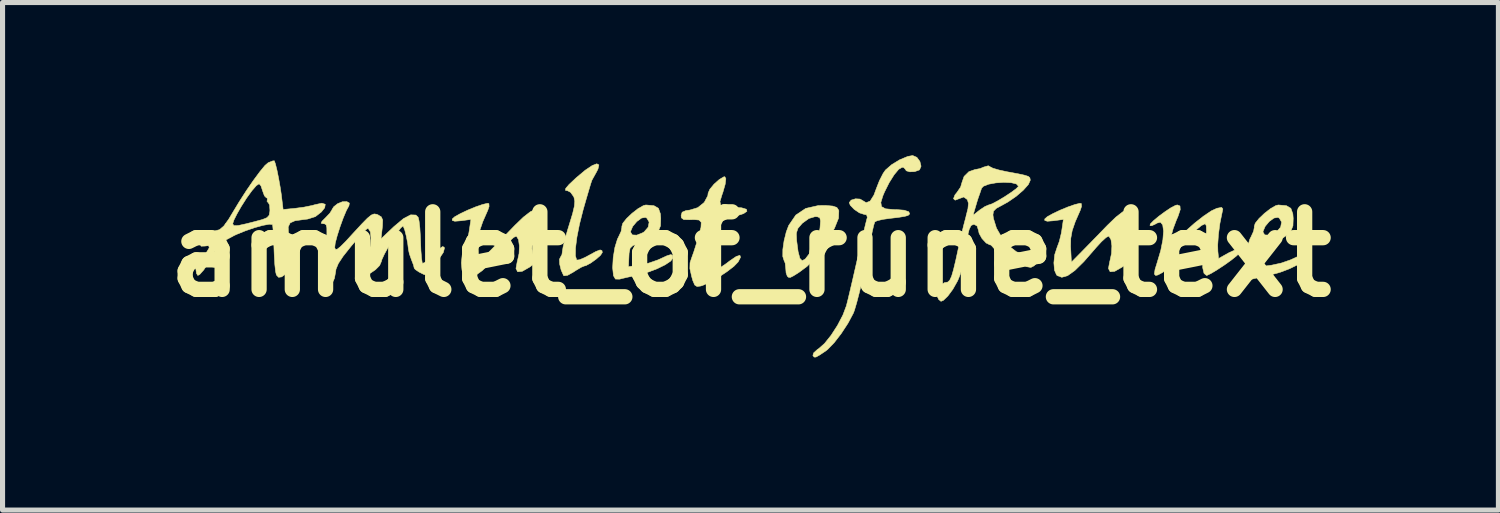
<source format=kicad_pcb>
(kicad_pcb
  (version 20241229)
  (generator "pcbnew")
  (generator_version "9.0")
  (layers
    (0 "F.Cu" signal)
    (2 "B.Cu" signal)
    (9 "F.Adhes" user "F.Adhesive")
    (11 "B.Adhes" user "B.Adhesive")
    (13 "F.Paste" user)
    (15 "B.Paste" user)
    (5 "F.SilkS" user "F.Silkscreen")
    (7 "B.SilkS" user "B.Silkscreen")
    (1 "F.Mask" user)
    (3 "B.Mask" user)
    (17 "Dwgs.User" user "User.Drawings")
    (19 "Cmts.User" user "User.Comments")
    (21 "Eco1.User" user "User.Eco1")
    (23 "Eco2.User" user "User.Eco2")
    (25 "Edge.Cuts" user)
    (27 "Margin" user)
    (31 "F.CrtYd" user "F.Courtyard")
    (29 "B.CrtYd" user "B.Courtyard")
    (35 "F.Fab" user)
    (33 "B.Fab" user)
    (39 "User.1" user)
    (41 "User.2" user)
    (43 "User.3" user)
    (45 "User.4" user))
  (footprint "amulet_of_rune_text"
    (layer "F.Cu")
    (at 11.691 1.945)
    (property "Reference" "amulet_of_rune_text" (at 0 0 0) (layer "F.SilkS") (effects (font (size 1.524 1.524) (thickness 0.3))))
    (attr through_hole)
    (fp_poly (pts (xy 1.618 -0.947) (xy 1.697 -0.92) (xy 1.732 -0.867) (xy 1.736 -0.854) (xy 1.73 -0.709) (xy 1.652 -0.515) (xy 1.623 -0.462) (xy 1.576 -0.376) (xy 1.511 -0.255) (xy 1.499 -0.231) (xy 1.333 0.014) (xy 1.111 0.238) (xy 0.959 0.351) (xy 0.844 0.424) (xy 0.782 0.455) (xy 0.748 0.452) (xy 0.724 0.431) (xy 0.7 0.366) (xy 0.693 0.277) (xy 0.682 0.174) (xy 0.66 0.122) (xy 0.635 0.043) (xy 0.636 -0.095) (xy 0.66 -0.264) (xy 0.697 -0.413) (xy 0.901 -0.413) (xy 0.907 -0.274) (xy 0.907 -0.273) (xy 0.936 -0.052) (xy 0.971 0.08) (xy 1.016 0.126) (xy 1.078 0.091) (xy 1.165 -0.023) (xy 1.216 -0.104) (xy 1.309 -0.296) (xy 1.363 -0.495) (xy 1.367 -0.527) (xy 1.376 -0.656) (xy 1.362 -0.718) (xy 1.313 -0.738) (xy 1.267 -0.739) (xy 1.147 -0.703) (xy 1.021 -0.612) (xy 1.016 -0.607) (xy 0.932 -0.509) (xy 0.901 -0.413) (xy 0.697 -0.413) (xy 0.702 -0.436) (xy 0.751 -0.566) (xy 0.891 -0.771) (xy 1.085 -0.901) (xy 1.335 -0.958) (xy 1.472 -0.96) (xy 1.618 -0.947)) (stroke (width 0.01) (type solid)) (fill yes) (layer "F.SilkS"))
    (fp_poly (pts (xy -2.977 -1.756) (xy -2.995 -1.675) (xy -3.026 -1.614) (xy -3.082 -1.514) (xy -3.114 -1.455) (xy -3.135 -1.394) (xy -3.174 -1.264) (xy -3.227 -1.083) (xy -3.286 -0.877) (xy -3.358 -0.593) (xy -3.409 -0.336) (xy -3.436 -0.124) (xy -3.438 0.031) (xy -3.413 0.113) (xy -3.412 0.113) (xy -3.36 0.108) (xy -3.257 0.065) (xy -3.182 0.025) (xy -3.037 -0.054) (xy -2.954 -0.086) (xy -2.917 -0.074) (xy -2.91 -0.035) (xy -2.946 0.02) (xy -3.032 0.096) (xy -3.137 0.171) (xy -3.231 0.222) (xy -3.268 0.231) (xy -3.325 0.255) (xy -3.426 0.315) (xy -3.473 0.346) (xy -3.592 0.413) (xy -3.663 0.422) (xy -3.672 0.414) (xy -3.719 0.309) (xy -3.748 0.192) (xy -3.752 0.098) (xy -3.737 0.067) (xy -3.703 0.005) (xy -3.694 -0.06) (xy -3.68 -0.147) (xy -3.644 -0.296) (xy -3.59 -0.483) (xy -3.557 -0.59) (xy -3.493 -0.8) (xy -3.459 -0.945) (xy -3.451 -1.043) (xy -3.466 -1.117) (xy -3.473 -1.133) (xy -3.533 -1.217) (xy -3.59 -1.247) (xy -3.635 -1.257) (xy -3.629 -1.294) (xy -3.565 -1.369) (xy -3.437 -1.49) (xy -3.417 -1.508) (xy -3.245 -1.652) (xy -3.109 -1.743) (xy -3.018 -1.778) (xy -2.977 -1.756)) (stroke (width 0.01) (type solid)) (fill yes) (layer "F.SilkS"))
    (fp_poly (pts (xy -1.896 -0.955) (xy -1.807 -0.903) (xy -1.769 -0.795) (xy -1.762 -0.707) (xy -1.767 -0.559) (xy -1.808 -0.458) (xy -1.878 -0.382) (xy -2.007 -0.292) (xy -2.163 -0.221) (xy -2.19 -0.212) (xy -2.308 -0.172) (xy -2.364 -0.119) (xy -2.384 -0.022) (xy -2.387 0.042) (xy -2.396 0.243) (xy -2.182 0.213) (xy -1.998 0.173) (xy -1.814 0.109) (xy -1.777 0.092) (xy -1.638 0.028) (xy -1.562 0.005) (xy -1.53 0.024) (xy -1.524 0.072) (xy -1.565 0.132) (xy -1.675 0.206) (xy -1.832 0.283) (xy -2.017 0.353) (xy -2.207 0.406) (xy -2.243 0.414) (xy -2.398 0.447) (xy -2.528 0.477) (xy -2.568 0.488) (xy -2.652 0.487) (xy -2.691 0.42) (xy -2.707 0.264) (xy -2.696 0.065) (xy -2.663 -0.135) (xy -2.613 -0.298) (xy -2.592 -0.34) (xy -2.547 -0.436) (xy -2.355 -0.436) (xy -2.321 -0.381) (xy -2.234 -0.376) (xy -2.121 -0.421) (xy -2.088 -0.441) (xy -2.009 -0.533) (xy -1.99 -0.633) (xy -2.035 -0.71) (xy -2.062 -0.725) (xy -2.14 -0.712) (xy -2.232 -0.644) (xy -2.313 -0.548) (xy -2.354 -0.451) (xy -2.355 -0.436) (xy -2.547 -0.436) (xy -2.54 -0.452) (xy -2.525 -0.537) (xy -2.527 -0.545) (xy -2.508 -0.609) (xy -2.433 -0.703) (xy -2.326 -0.805) (xy -2.209 -0.896) (xy -2.104 -0.956) (xy -2.055 -0.969) (xy -1.896 -0.955)) (stroke (width 0.01) (type solid)) (fill yes) (layer "F.SilkS"))
    (fp_poly (pts (xy 10.527 -0.955) (xy 10.615 -0.903) (xy 10.654 -0.795) (xy 10.661 -0.707) (xy 10.656 -0.559) (xy 10.615 -0.458) (xy 10.545 -0.382) (xy 10.416 -0.292) (xy 10.26 -0.221) (xy 10.233 -0.212) (xy 10.115 -0.172) (xy 10.059 -0.119) (xy 10.039 -0.022) (xy 10.036 0.042) (xy 10.027 0.243) (xy 10.241 0.213) (xy 10.424 0.173) (xy 10.609 0.109) (xy 10.646 0.092) (xy 10.785 0.028) (xy 10.861 0.005) (xy 10.893 0.024) (xy 10.899 0.072) (xy 10.858 0.132) (xy 10.748 0.206) (xy 10.59 0.283) (xy 10.406 0.353) (xy 10.216 0.406) (xy 10.18 0.414) (xy 10.025 0.447) (xy 9.895 0.477) (xy 9.855 0.488) (xy 9.771 0.487) (xy 9.732 0.42) (xy 9.716 0.264) (xy 9.727 0.065) (xy 9.76 -0.135) (xy 9.809 -0.298) (xy 9.831 -0.34) (xy 9.875 -0.436) (xy 10.068 -0.436) (xy 10.102 -0.381) (xy 10.189 -0.376) (xy 10.302 -0.421) (xy 10.334 -0.441) (xy 10.414 -0.533) (xy 10.433 -0.633) (xy 10.388 -0.71) (xy 10.361 -0.725) (xy 10.283 -0.712) (xy 10.19 -0.644) (xy 10.11 -0.548) (xy 10.069 -0.451) (xy 10.068 -0.436) (xy 9.875 -0.436) (xy 9.883 -0.452) (xy 9.898 -0.537) (xy 9.895 -0.545) (xy 9.915 -0.609) (xy 9.99 -0.703) (xy 10.097 -0.805) (xy 10.214 -0.896) (xy 10.318 -0.956) (xy 10.368 -0.969) (xy 10.527 -0.955)) (stroke (width 0.01) (type solid)) (fill yes) (layer "F.SilkS"))
    (fp_poly (pts (xy -5.138 -0.997) (xy -5.134 -0.94) (xy -5.159 -0.866) (xy -5.258 -0.641) (xy -5.318 -0.467) (xy -5.346 -0.314) (xy -5.35 -0.153) (xy -5.348 -0.117) (xy -5.334 0.155) (xy -5.126 -0.056) (xy -4.993 -0.191) (xy -4.828 -0.361) (xy -4.661 -0.534) (xy -4.624 -0.572) (xy -4.46 -0.73) (xy -4.326 -0.834) (xy -4.229 -0.881) (xy -4.177 -0.866) (xy -4.179 -0.788) (xy -4.183 -0.774) (xy -4.251 -0.523) (xy -4.287 -0.294) (xy -4.293 -0.105) (xy -4.266 0.028) (xy -4.223 0.082) (xy -4.193 0.115) (xy -4.222 0.163) (xy -4.321 0.24) (xy -4.34 0.253) (xy -4.484 0.335) (xy -4.573 0.343) (xy -4.606 0.279) (xy -4.581 0.143) (xy -4.577 0.13) (xy -4.545 -0.016) (xy -4.539 -0.165) (xy -4.556 -0.287) (xy -4.595 -0.353) (xy -4.601 -0.356) (xy -4.652 -0.331) (xy -4.742 -0.249) (xy -4.853 -0.128) (xy -4.872 -0.105) (xy -5.089 0.145) (xy -5.267 0.319) (xy -5.409 0.42) (xy -5.522 0.452) (xy -5.611 0.419) (xy -5.625 0.406) (xy -5.666 0.313) (xy -5.678 0.168) (xy -5.662 0.008) (xy -5.617 -0.129) (xy -5.571 -0.254) (xy -5.532 -0.415) (xy -5.523 -0.469) (xy -5.491 -0.685) (xy -5.684 -0.659) (xy -5.807 -0.649) (xy -5.857 -0.665) (xy -5.857 -0.694) (xy -5.808 -0.738) (xy -5.7 -0.798) (xy -5.557 -0.866) (xy -5.405 -0.929) (xy -5.267 -0.977) (xy -5.169 -1.001) (xy -5.138 -0.997)) (stroke (width 0.01) (type solid)) (fill yes) (layer "F.SilkS"))
    (fp_poly (pts (xy -0.483 -1.485) (xy -0.496 -1.378) (xy -0.541 -1.22) (xy -0.561 -1.163) (xy -0.599 -1.036) (xy -0.585 -0.963) (xy -0.506 -0.931) (xy -0.349 -0.924) (xy -0.172 -0.913) (xy -0.08 -0.885) (xy -0.069 -0.845) (xy -0.134 -0.8) (xy -0.272 -0.755) (xy -0.477 -0.716) (xy -0.503 -0.712) (xy -0.732 -0.682) (xy -0.791 -0.445) (xy -0.819 -0.29) (xy -0.839 -0.109) (xy -0.848 0.072) (xy -0.846 0.226) (xy -0.831 0.328) (xy -0.82 0.35) (xy -0.757 0.35) (xy -0.639 0.293) (xy -0.477 0.183) (xy -0.402 0.126) (xy -0.278 0.042) (xy -0.207 0.02) (xy -0.195 0.059) (xy -0.242 0.15) (xy -0.324 0.235) (xy -0.463 0.342) (xy -0.63 0.452) (xy -0.798 0.548) (xy -0.94 0.612) (xy -0.976 0.623) (xy -1.049 0.633) (xy -1.095 0.603) (xy -1.133 0.514) (xy -1.155 0.436) (xy -1.19 0.281) (xy -1.187 0.166) (xy -1.157 0.075) (xy -1.113 -0.048) (xy -1.059 -0.218) (xy -1.016 -0.361) (xy -0.972 -0.53) (xy -0.967 -0.628) (xy -1.009 -0.673) (xy -1.109 -0.682) (xy -1.201 -0.679) (xy -1.311 -0.682) (xy -1.356 -0.716) (xy -1.362 -0.762) (xy -1.342 -0.827) (xy -1.267 -0.859) (xy -1.19 -0.869) (xy -1.034 -0.917) (xy -0.908 -1.019) (xy -0.838 -1.15) (xy -0.831 -1.203) (xy -0.797 -1.279) (xy -0.716 -1.377) (xy -0.615 -1.467) (xy -0.527 -1.52) (xy -0.504 -1.524) (xy -0.483 -1.485)) (stroke (width 0.01) (type solid)) (fill yes) (layer "F.SilkS"))
    (fp_poly (pts (xy 6.499 -0.997) (xy 6.503 -0.94) (xy 6.479 -0.866) (xy 6.38 -0.641) (xy 6.32 -0.467) (xy 6.292 -0.314) (xy 6.288 -0.153) (xy 6.29 -0.117) (xy 6.304 0.155) (xy 6.512 -0.056) (xy 6.644 -0.191) (xy 6.81 -0.361) (xy 6.977 -0.534) (xy 7.014 -0.572) (xy 7.178 -0.73) (xy 7.312 -0.834) (xy 7.409 -0.881) (xy 7.46 -0.866) (xy 7.459 -0.788) (xy 7.454 -0.774) (xy 7.387 -0.523) (xy 7.351 -0.294) (xy 7.345 -0.105) (xy 7.372 0.028) (xy 7.415 0.082) (xy 7.445 0.115) (xy 7.415 0.163) (xy 7.317 0.24) (xy 7.298 0.253) (xy 7.154 0.335) (xy 7.065 0.343) (xy 7.032 0.279) (xy 7.057 0.143) (xy 7.061 0.13) (xy 7.092 -0.016) (xy 7.099 -0.165) (xy 7.082 -0.287) (xy 7.043 -0.353) (xy 7.037 -0.356) (xy 6.986 -0.331) (xy 6.896 -0.249) (xy 6.785 -0.128) (xy 6.766 -0.105) (xy 6.548 0.145) (xy 6.371 0.319) (xy 6.229 0.42) (xy 6.116 0.452) (xy 6.027 0.419) (xy 6.013 0.406) (xy 5.972 0.313) (xy 5.96 0.168) (xy 5.976 0.008) (xy 6.021 -0.129) (xy 6.067 -0.254) (xy 6.106 -0.415) (xy 6.115 -0.469) (xy 6.147 -0.685) (xy 5.954 -0.659) (xy 5.831 -0.649) (xy 5.781 -0.665) (xy 5.781 -0.694) (xy 5.83 -0.738) (xy 5.938 -0.798) (xy 6.081 -0.866) (xy 6.233 -0.929) (xy 6.371 -0.977) (xy 6.468 -1.001) (xy 6.499 -0.997)) (stroke (width 0.01) (type solid)) (fill yes) (layer "F.SilkS"))
    (fp_poly (pts (xy 8.437 -0.949) (xy 8.442 -0.877) (xy 8.398 -0.745) (xy 8.365 -0.669) (xy 8.302 -0.501) (xy 8.255 -0.327) (xy 8.25 -0.3) (xy 8.219 -0.115) (xy 8.37 -0.279) (xy 8.538 -0.447) (xy 8.722 -0.61) (xy 8.9 -0.75) (xy 9.055 -0.854) (xy 9.163 -0.904) (xy 9.255 -0.921) (xy 9.279 -0.89) (xy 9.261 -0.803) (xy 9.221 -0.606) (xy 9.192 -0.385) (xy 9.178 -0.182) (xy 9.181 -0.062) (xy 9.195 0.083) (xy 9.397 -0.03) (xy 9.529 -0.09) (xy 9.61 -0.102) (xy 9.628 -0.068) (xy 9.573 0.007) (xy 9.547 0.032) (xy 9.443 0.115) (xy 9.309 0.211) (xy 9.169 0.303) (xy 9.048 0.376) (xy 8.969 0.414) (xy 8.958 0.416) (xy 8.909 0.374) (xy 8.883 0.263) (xy 8.882 0.102) (xy 8.907 -0.08) (xy 8.941 -0.281) (xy 8.957 -0.447) (xy 8.954 -0.56) (xy 8.932 -0.6) (xy 8.857 -0.565) (xy 8.746 -0.472) (xy 8.615 -0.341) (xy 8.482 -0.188) (xy 8.361 -0.035) (xy 8.269 0.102) (xy 8.223 0.203) (xy 8.22 0.223) (xy 8.184 0.285) (xy 8.099 0.355) (xy 8.004 0.406) (xy 7.959 0.416) (xy 7.934 0.388) (xy 7.947 0.298) (xy 7.988 0.165) (xy 8.059 -0.074) (xy 8.101 -0.285) (xy 8.114 -0.456) (xy 8.098 -0.575) (xy 8.054 -0.631) (xy 7.982 -0.612) (xy 7.966 -0.6) (xy 7.885 -0.562) (xy 7.848 -0.563) (xy 7.854 -0.595) (xy 7.918 -0.661) (xy 8.02 -0.746) (xy 8.139 -0.834) (xy 8.254 -0.911) (xy 8.347 -0.96) (xy 8.384 -0.97) (xy 8.437 -0.949)) (stroke (width 0.01) (type solid)) (fill yes) (layer "F.SilkS"))
    (fp_poly (pts (xy 3.268 -1.905) (xy 3.328 -1.824) (xy 3.351 -1.73) (xy 3.321 -1.659) (xy 3.315 -1.656) (xy 3.226 -1.624) (xy 3.128 -1.62) (xy 3.059 -1.641) (xy 3.048 -1.663) (xy 3.011 -1.704) (xy 2.979 -1.709) (xy 2.911 -1.669) (xy 2.822 -1.562) (xy 2.725 -1.408) (xy 2.633 -1.224) (xy 2.602 -1.151) (xy 2.561 -1.019) (xy 2.574 -0.937) (xy 2.652 -0.894) (xy 2.807 -0.879) (xy 2.872 -0.878) (xy 3.02 -0.866) (xy 3.109 -0.836) (xy 3.128 -0.794) (xy 3.097 -0.764) (xy 3.03 -0.745) (xy 2.901 -0.724) (xy 2.761 -0.708) (xy 2.606 -0.687) (xy 2.49 -0.66) (xy 2.443 -0.637) (xy 2.422 -0.573) (xy 2.392 -0.444) (xy 2.36 -0.278) (xy 2.357 -0.262) (xy 2.312 -0.025) (xy 2.258 0.235) (xy 2.199 0.497) (xy 2.141 0.742) (xy 2.087 0.95) (xy 2.043 1.099) (xy 2.022 1.155) (xy 1.916 1.354) (xy 1.783 1.557) (xy 1.644 1.737) (xy 1.516 1.869) (xy 1.478 1.899) (xy 1.355 1.981) (xy 1.286 2.019) (xy 1.251 2.019) (xy 1.227 1.99) (xy 1.226 1.989) (xy 1.241 1.937) (xy 1.317 1.868) (xy 1.341 1.853) (xy 1.455 1.752) (xy 1.584 1.591) (xy 1.71 1.396) (xy 1.816 1.193) (xy 1.885 1.01) (xy 1.887 1.001) (xy 1.915 0.89) (xy 1.958 0.709) (xy 2.012 0.479) (xy 2.071 0.221) (xy 2.105 0.073) (xy 2.163 -0.179) (xy 2.215 -0.401) (xy 2.257 -0.578) (xy 2.286 -0.692) (xy 2.296 -0.724) (xy 2.281 -0.775) (xy 2.23 -0.785) (xy 2.14 -0.814) (xy 2.038 -0.883) (xy 1.961 -0.963) (xy 1.94 -1.015) (xy 1.978 -1.064) (xy 2.063 -1.09) (xy 2.152 -1.085) (xy 2.184 -1.067) (xy 2.273 -1.014) (xy 2.351 -1.045) (xy 2.425 -1.163) (xy 2.469 -1.282) (xy 2.533 -1.446) (xy 2.606 -1.589) (xy 2.652 -1.655) (xy 2.774 -1.761) (xy 2.932 -1.857) (xy 3.089 -1.922) (xy 3.186 -1.94) (xy 3.268 -1.905)) (stroke (width 0.01) (type solid)) (fill yes) (layer "F.SilkS"))
    (fp_poly (pts (xy -9.331 -1.776) (xy -9.3 -1.65) (xy -9.267 -1.486) (xy -9.236 -1.31) (xy -9.212 -1.151) (xy -9.212 -1.144) (xy -9.18 -0.88) (xy -8.943 -0.903) (xy -8.77 -0.926) (xy -8.609 -0.959) (xy -8.556 -0.974) (xy -8.418 -1.004) (xy -8.352 -0.982) (xy -8.363 -0.914) (xy -8.428 -0.832) (xy -8.546 -0.74) (xy -8.699 -0.692) (xy -8.781 -0.682) (xy -8.946 -0.659) (xy -9.041 -0.617) (xy -9.08 -0.537) (xy -9.074 -0.399) (xy -9.054 -0.271) (xy -9.017 -0.029) (xy -9.008 0.141) (xy -9.028 0.26) (xy -9.079 0.344) (xy -9.11 0.373) (xy -9.209 0.444) (xy -9.269 0.452) (xy -9.312 0.406) (xy -9.328 0.338) (xy -9.343 0.2) (xy -9.354 0.016) (xy -9.359 -0.108) (xy -9.366 -0.304) (xy -9.375 -0.461) (xy -9.384 -0.561) (xy -9.39 -0.585) (xy -9.452 -0.591) (xy -9.577 -0.568) (xy -9.741 -0.523) (xy -9.921 -0.461) (xy -10.096 -0.39) (xy -10.149 -0.365) (xy -10.323 -0.271) (xy -10.436 -0.18) (xy -10.516 -0.07) (xy -10.536 -0.031) (xy -10.641 0.159) (xy -10.739 0.307) (xy -10.818 0.396) (xy -10.856 0.416) (xy -10.882 0.374) (xy -10.897 0.27) (xy -10.899 0.209) (xy -10.893 0.082) (xy -10.871 0.029) (xy -10.827 0.03) (xy -10.744 0.019) (xy -10.69 -0.029) (xy -10.631 -0.128) (xy -10.643 -0.171) (xy -10.714 -0.162) (xy -10.791 -0.159) (xy -10.805 -0.193) (xy -10.764 -0.299) (xy -10.669 -0.398) (xy -10.555 -0.457) (xy -10.516 -0.462) (xy -10.43 -0.483) (xy -10.346 -0.554) (xy -10.314 -0.598) (xy -10.171 -0.598) (xy -10.146 -0.563) (xy -10.062 -0.565) (xy -9.907 -0.599) (xy -9.745 -0.64) (xy -9.586 -0.683) (xy -9.496 -0.72) (xy -9.454 -0.767) (xy -9.441 -0.838) (xy -9.439 -0.866) (xy -9.446 -0.968) (xy -9.472 -1.016) (xy -9.475 -1.016) (xy -9.498 -1.045) (xy -9.49 -1.062) (xy -9.492 -1.105) (xy -9.507 -1.108) (xy -9.547 -1.148) (xy -9.582 -1.244) (xy -9.583 -1.247) (xy -9.615 -1.344) (xy -9.651 -1.385) (xy -9.652 -1.385) (xy -9.707 -1.348) (xy -9.794 -1.248) (xy -9.897 -1.105) (xy -10.004 -0.937) (xy -10.084 -0.797) (xy -10.146 -0.674) (xy -10.171 -0.598) (xy -10.314 -0.598) (xy -10.248 -0.69) (xy -10.184 -0.797) (xy -10.047 -1.024) (xy -9.904 -1.247) (xy -9.763 -1.452) (xy -9.637 -1.622) (xy -9.537 -1.744) (xy -9.473 -1.799) (xy -9.388 -1.833) (xy -9.353 -1.837) (xy -9.331 -1.776)) (stroke (width 0.01) (type solid)) (fill yes) (layer "F.SilkS"))
    (fp_poly (pts (xy 4.705 -1.72) (xy 4.762 -1.691) (xy 4.884 -1.655) (xy 5.046 -1.62) (xy 5.057 -1.618) (xy 5.259 -1.581) (xy 5.387 -1.553) (xy 5.458 -1.53) (xy 5.488 -1.503) (xy 5.495 -1.468) (xy 5.496 -1.454) (xy 5.459 -1.371) (xy 5.36 -1.26) (xy 5.221 -1.14) (xy 5.06 -1.029) (xy 4.952 -0.969) (xy 4.83 -0.903) (xy 4.774 -0.847) (xy 4.763 -0.775) (xy 4.772 -0.707) (xy 4.832 -0.514) (xy 4.94 -0.326) (xy 5.076 -0.165) (xy 5.225 -0.049) (xy 5.369 -0.000442) (xy 5.382 0) (xy 5.458 0.027) (xy 5.541 0.083) (xy 5.609 0.147) (xy 5.606 0.192) (xy 5.571 0.226) (xy 5.508 0.258) (xy 5.428 0.244) (xy 5.34 0.201) (xy 5.201 0.126) (xy 5.035 0.037) (xy 4.97 0.002) (xy 4.85 -0.068) (xy 4.772 -0.126) (xy 4.757 -0.148) (xy 4.721 -0.183) (xy 4.704 -0.185) (xy 4.629 -0.222) (xy 4.548 -0.31) (xy 4.491 -0.412) (xy 4.48 -0.466) (xy 4.452 -0.555) (xy 4.39 -0.59) (xy 4.334 -0.566) (xy 4.297 -0.491) (xy 4.267 -0.373) (xy 4.266 -0.364) (xy 4.223 -0.081) (xy 4.187 0.129) (xy 4.154 0.284) (xy 4.118 0.402) (xy 4.077 0.503) (xy 4.066 0.527) (xy 3.975 0.688) (xy 3.877 0.82) (xy 3.789 0.905) (xy 3.742 0.924) (xy 3.696 0.886) (xy 3.672 0.833) (xy 3.67 0.714) (xy 3.724 0.61) (xy 3.813 0.556) (xy 3.833 0.554) (xy 3.877 0.545) (xy 3.915 0.508) (xy 3.951 0.431) (xy 3.989 0.3) (xy 4.036 0.102) (xy 4.084 -0.12) (xy 4.132 -0.339) (xy 4.189 -0.572) (xy 4.231 -0.731) (xy 4.239 -0.766) (xy 4.372 -0.766) (xy 4.501 -0.868) (xy 4.602 -0.936) (xy 4.677 -0.969) (xy 4.684 -0.97) (xy 4.75 -0.993) (xy 4.861 -1.052) (xy 4.993 -1.131) (xy 5.12 -1.215) (xy 5.219 -1.288) (xy 5.264 -1.334) (xy 5.265 -1.337) (xy 5.224 -1.382) (xy 5.119 -1.407) (xy 4.976 -1.413) (xy 4.821 -1.403) (xy 4.679 -1.377) (xy 4.576 -1.337) (xy 4.54 -1.298) (xy 4.503 -1.188) (xy 4.491 -1.155) (xy 4.472 -1.101) (xy 4.453 -1.042) (xy 4.424 -0.944) (xy 4.405 -0.879) (xy 4.372 -0.766) (xy 4.239 -0.766) (xy 4.272 -0.897) (xy 4.282 -1.001) (xy 4.263 -1.066) (xy 4.252 -1.081) (xy 4.188 -1.126) (xy 4.108 -1.096) (xy 4.021 -1.063) (xy 3.988 -1.092) (xy 4.017 -1.167) (xy 4.056 -1.215) (xy 4.128 -1.32) (xy 4.156 -1.416) (xy 4.196 -1.529) (xy 4.291 -1.623) (xy 4.405 -1.663) (xy 4.511 -1.684) (xy 4.581 -1.713) (xy 4.672 -1.739) (xy 4.705 -1.72)) (stroke (width 0.01) (type solid)) (fill yes) (layer "F.SilkS"))
    (fp_poly (pts (xy -7.878 -1.006) (xy -7.887 -0.953) (xy -7.938 -0.859) (xy -8 -0.711) (xy -8.063 -0.537) (xy -8.118 -0.364) (xy -8.156 -0.22) (xy -8.166 -0.133) (xy -8.166 -0.132) (xy -8.152 -0.097) (xy -8.117 -0.1) (xy -8.053 -0.151) (xy -7.948 -0.256) (xy -7.794 -0.424) (xy -7.79 -0.428) (xy -7.633 -0.598) (xy -7.524 -0.709) (xy -7.448 -0.771) (xy -7.392 -0.793) (xy -7.342 -0.786) (xy -7.318 -0.776) (xy -7.251 -0.735) (xy -7.224 -0.673) (xy -7.228 -0.56) (xy -7.233 -0.514) (xy -7.257 -0.303) (xy -7.003 -0.544) (xy -6.817 -0.7) (xy -6.674 -0.775) (xy -6.572 -0.771) (xy -6.527 -0.727) (xy -6.51 -0.657) (xy -6.494 -0.52) (xy -6.483 -0.34) (xy -6.48 -0.26) (xy -6.473 -0.074) (xy -6.461 0.074) (xy -6.448 0.163) (xy -6.442 0.178) (xy -6.398 0.162) (xy -6.313 0.093) (xy -6.22 0.002) (xy -6.111 -0.107) (xy -6.048 -0.152) (xy -6.017 -0.14) (xy -6.011 -0.119) (xy -6.033 -0.036) (xy -6.111 0.079) (xy -6.161 0.134) (xy -6.256 0.242) (xy -6.316 0.329) (xy -6.327 0.36) (xy -6.341 0.412) (xy -6.348 0.416) (xy -6.417 0.395) (xy -6.509 0.349) (xy -6.583 0.299) (xy -6.604 0.273) (xy -6.62 0.208) (xy -6.659 0.107) (xy -6.7 -0.009) (xy -6.718 -0.092) (xy -6.733 -0.218) (xy -6.76 -0.356) (xy -6.79 -0.475) (xy -6.818 -0.546) (xy -6.828 -0.554) (xy -6.87 -0.517) (xy -6.941 -0.421) (xy -7.027 -0.288) (xy -7.115 -0.141) (xy -7.19 -0.004) (xy -7.239 0.102) (xy -7.251 0.144) (xy -7.284 0.22) (xy -7.366 0.303) (xy -7.464 0.37) (xy -7.548 0.399) (xy -7.574 0.393) (xy -7.616 0.325) (xy -7.593 0.21) (xy -7.558 0.137) (xy -7.502 -0.008) (xy -7.467 -0.168) (xy -7.454 -0.32) (xy -7.466 -0.44) (xy -7.504 -0.503) (xy -7.522 -0.508) (xy -7.563 -0.475) (xy -7.648 -0.385) (xy -7.763 -0.254) (xy -7.848 -0.154) (xy -8 0.037) (xy -8.095 0.181) (xy -8.141 0.292) (xy -8.149 0.348) (xy -8.172 0.474) (xy -8.223 0.581) (xy -8.285 0.64) (xy -8.307 0.643) (xy -8.356 0.609) (xy -8.423 0.544) (xy -8.479 0.473) (xy -8.483 0.411) (xy -8.439 0.314) (xy -8.433 0.303) (xy -8.388 0.174) (xy -8.351 -0.018) (xy -8.33 -0.221) (xy -8.32 -0.408) (xy -8.321 -0.521) (xy -8.335 -0.579) (xy -8.366 -0.599) (xy -8.389 -0.6) (xy -8.434 -0.61) (xy -8.416 -0.649) (xy -8.347 -0.718) (xy -8.264 -0.805) (xy -8.222 -0.87) (xy -8.22 -0.878) (xy -8.186 -0.933) (xy -8.111 -0.993) (xy -8.016 -1.032) (xy -7.929 -1.035) (xy -7.878 -1.006)) (stroke (width 0.01) (type solid)) (fill yes) (layer "F.SilkS")))
  (gr_rect
    (start -3 -3)
    (end 26.383 6.969)
    (stroke (width 0.1) (type default))
    (fill no)
    (layer "Edge.Cuts")))
</source>
